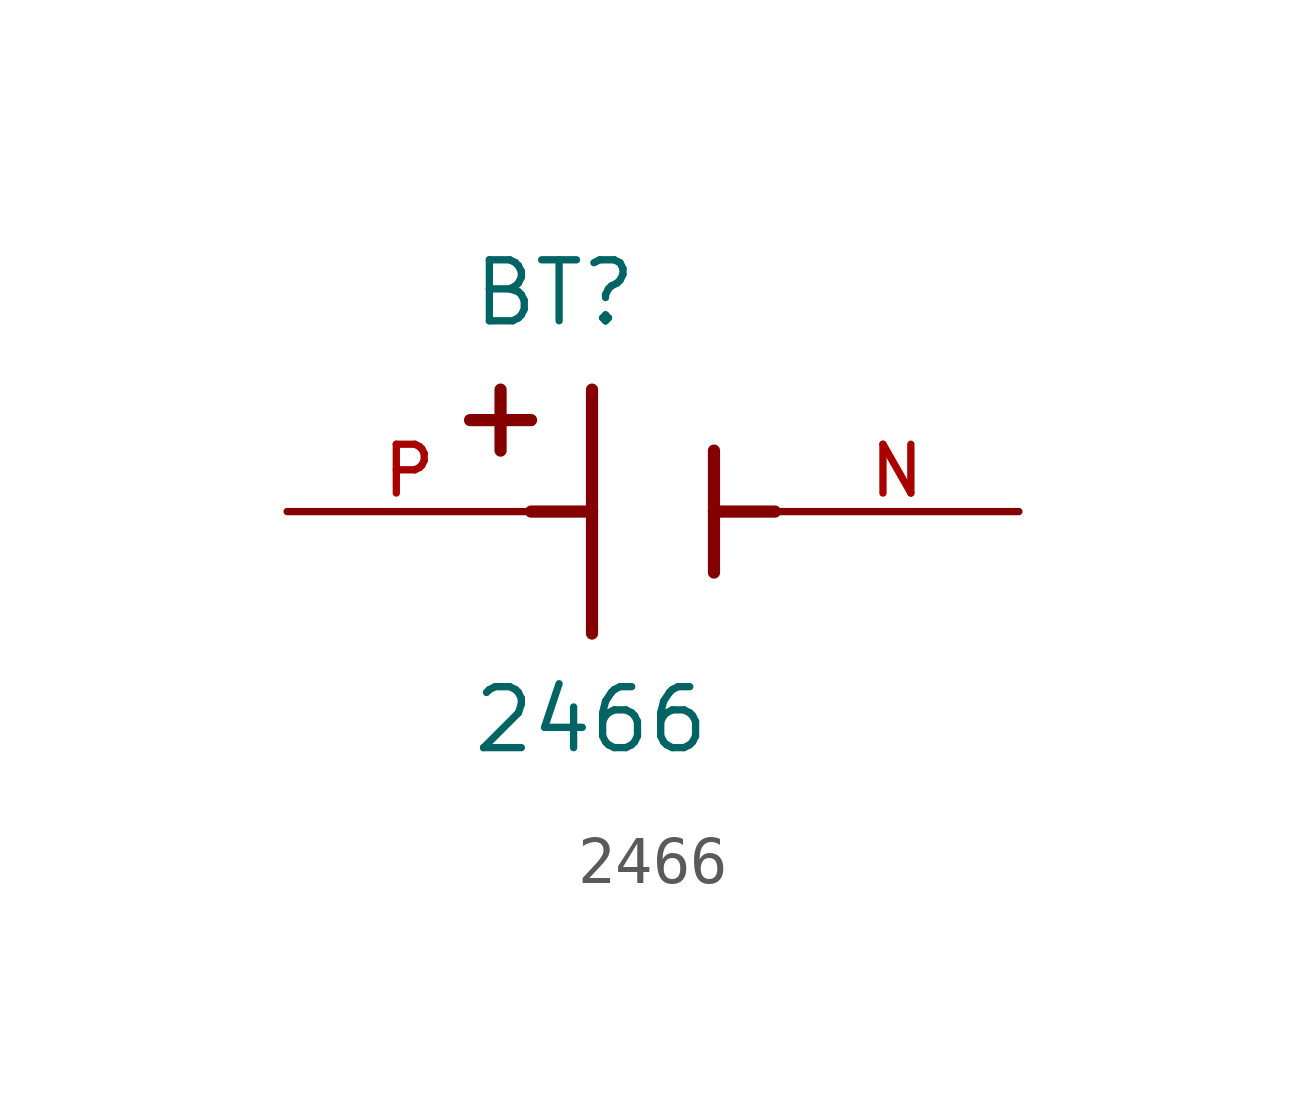
<source format=kicad_sym>
(kicad_symbol_lib
  (version 20211014)
  (generator kicad_symbol_editor)
  (symbol "2466"
    (pin_names
      (offset 1.016))
    (property "Reference" "BT"
      (at -3.81 3.81 0)
      (effects (font (size 1.27 1.27)) (justify bottom left)))
    (property "Value" "2466"
      (at -3.81 -5.08 0)
      (effects (font (size 1.27 1.27)) (justify bottom left)))
    (symbol "2466_0_0"
      (polyline (pts (xy -1.27 2.54) (xy -1.27 0.0)) (stroke (width 0.254)))
      (polyline (pts (xy -1.27 0.0) (xy -1.27 -2.54)) (stroke (width 0.254)))
      (polyline (pts (xy 1.27 1.27) (xy 1.27 0.0)) (stroke (width 0.254)))
      (polyline (pts (xy 1.27 0.0) (xy 1.27 -1.27)) (stroke (width 0.254)))
      (polyline (pts (xy -1.27 0.0) (xy -2.54 0.0)) (stroke (width 0.254)))
      (polyline (pts (xy 1.27 0.0) (xy 2.54 0.0)) (stroke (width 0.254)))
      (polyline (pts (xy -3.175 2.54) (xy -3.175 1.27)) (stroke (width 0.254)))
      (polyline (pts (xy -3.81 1.905) (xy -2.54 1.905)) (stroke (width 0.254)))
      (pin passive line (at -7.62 0.0 0) (length 5.08) (name "~" (effects (font (size 1.016 1.016)))) (number "P" (effects (font (size 1.016 1.016)))))
      (pin passive line (at 7.62 0.0 180.0) (length 5.08) (name "~" (effects (font (size 1.016 1.016)))) (number "N" (effects (font (size 1.016 1.016))))))))
</source>
